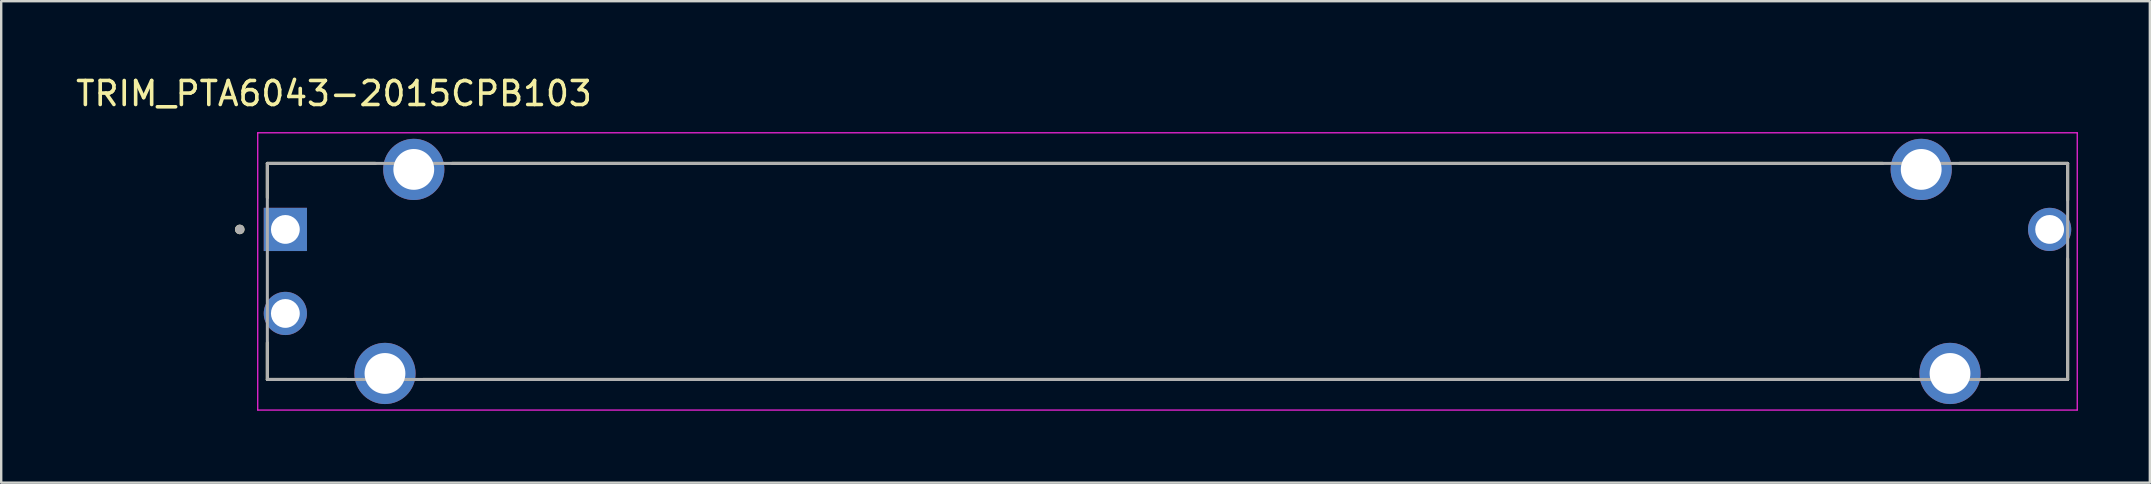
<source format=kicad_pcb>
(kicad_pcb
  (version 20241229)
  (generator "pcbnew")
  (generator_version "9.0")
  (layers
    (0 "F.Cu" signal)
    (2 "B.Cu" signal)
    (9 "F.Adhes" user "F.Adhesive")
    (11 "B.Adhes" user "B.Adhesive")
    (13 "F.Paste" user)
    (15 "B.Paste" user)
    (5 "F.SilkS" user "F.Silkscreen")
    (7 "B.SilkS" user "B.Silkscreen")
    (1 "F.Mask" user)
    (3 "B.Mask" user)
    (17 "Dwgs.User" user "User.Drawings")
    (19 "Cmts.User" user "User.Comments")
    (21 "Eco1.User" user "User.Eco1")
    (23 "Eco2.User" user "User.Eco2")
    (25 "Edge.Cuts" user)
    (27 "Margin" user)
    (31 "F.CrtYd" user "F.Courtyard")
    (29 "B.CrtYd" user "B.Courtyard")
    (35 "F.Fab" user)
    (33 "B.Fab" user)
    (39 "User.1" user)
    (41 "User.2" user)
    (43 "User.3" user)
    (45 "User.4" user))
  (footprint "TRIM_PTA6043-2015CPB103"
    (layer "F.Cu")
    (at 45.588 8.258)
    (property "Reference" "TRIM_PTA6043-2015CPB103" (at -34.725 -7.41 0) (layer "F.SilkS") (effects (font (size 1 1) (thickness 0.15))))
    (attr through_hole)
    (fp_line (start -37.5 -4.5) (end -32.995 -4.5) (stroke (width 0.127) (type solid)) (layer "F.SilkS"))
    (fp_line (start -37.5 -3.07) (end -37.5 -4.5) (stroke (width 0.127) (type solid)) (layer "F.SilkS"))
    (fp_line (start -37.5 4.5) (end -37.5 2.97) (stroke (width 0.127) (type solid)) (layer "F.SilkS"))
    (fp_line (start -34.195 4.5) (end -37.5 4.5) (stroke (width 0.127) (type solid)) (layer "F.SilkS"))
    (fp_line (start -31.005 4.5) (end 31.005 4.5) (stroke (width 0.127) (type solid)) (layer "F.SilkS"))
    (fp_line (start -29.805 -4.5) (end 29.805 -4.5) (stroke (width 0.127) (type solid)) (layer "F.SilkS"))
    (fp_line (start 32.995 -4.5) (end 37.5 -4.5) (stroke (width 0.127) (type solid)) (layer "F.SilkS"))
    (fp_line (start 37.5 -4.5) (end 37.5 -2.97) (stroke (width 0.127) (type solid)) (layer "F.SilkS"))
    (fp_line (start 37.5 4.5) (end 34.195 4.5) (stroke (width 0.127) (type solid)) (layer "F.SilkS"))
    (fp_line (start 37.5 4.5) (end 37.5 -0.53) (stroke (width 0.127) (type solid)) (layer "F.SilkS"))
    (fp_circle (center -38.65 -1.75) (end -38.55 -1.75) (stroke (width 0.2) (type solid)) (fill no) (layer "F.SilkS"))
    (fp_line (start -37.9 -5.775) (end -37.9 5.775) (stroke (width 0.05) (type solid)) (layer "F.CrtYd"))
    (fp_line (start -37.9 5.775) (end 37.9 5.775) (stroke (width 0.05) (type solid)) (layer "F.CrtYd"))
    (fp_line (start 37.9 -5.775) (end -37.9 -5.775) (stroke (width 0.05) (type solid)) (layer "F.CrtYd"))
    (fp_line (start 37.9 5.775) (end 37.9 -5.775) (stroke (width 0.05) (type solid)) (layer "F.CrtYd"))
    (fp_line (start -37.5 -4.5) (end 37.5 -4.5) (stroke (width 0.127) (type solid)) (layer "F.Fab"))
    (fp_line (start -37.5 4.5) (end -37.5 -4.5) (stroke (width 0.127) (type solid)) (layer "F.Fab"))
    (fp_line (start 37.5 -4.5) (end 37.5 4.5) (stroke (width 0.127) (type solid)) (layer "F.Fab"))
    (fp_line (start 37.5 4.5) (end -37.5 4.5) (stroke (width 0.127) (type solid)) (layer "F.Fab"))
    (fp_circle (center -38.65 -1.75) (end -38.55 -1.75) (stroke (width 0.2) (type solid)) (fill no) (layer "F.Fab"))
    (pad "1" thru_hole rect (at -36.75 -1.75) (size 1.8 1.8) (drill 1.2) (layers "*.Cu" "*.Mask"))
    (pad "2" thru_hole circle (at -36.75 1.75) (size 1.8 1.8) (drill 1.2) (layers "*.Cu" "*.Mask"))
    (pad "3" thru_hole circle (at 36.75 -1.75) (size 1.8 1.8) (drill 1.2) (layers "*.Cu" "*.Mask"))
    (pad "SH1" thru_hole circle (at -31.4 -4.25) (size 2.55 2.55) (drill 1.7) (layers "*.Cu" "*.Mask"))
    (pad "SH2" thru_hole circle (at 31.4 -4.25) (size 2.55 2.55) (drill 1.7) (layers "*.Cu" "*.Mask"))
    (pad "SH3" thru_hole circle (at -32.6 4.25) (size 2.55 2.55) (drill 1.7) (layers "*.Cu" "*.Mask"))
    (pad "SH4" thru_hole circle (at 32.6 4.25) (size 2.55 2.55) (drill 1.7) (layers "*.Cu" "*.Mask")))
  (gr_rect
    (start -3 -3)
    (end 86.513 17.058)
    (stroke (width 0.1) (type default))
    (fill no)
    (layer "Edge.Cuts")))
</source>
